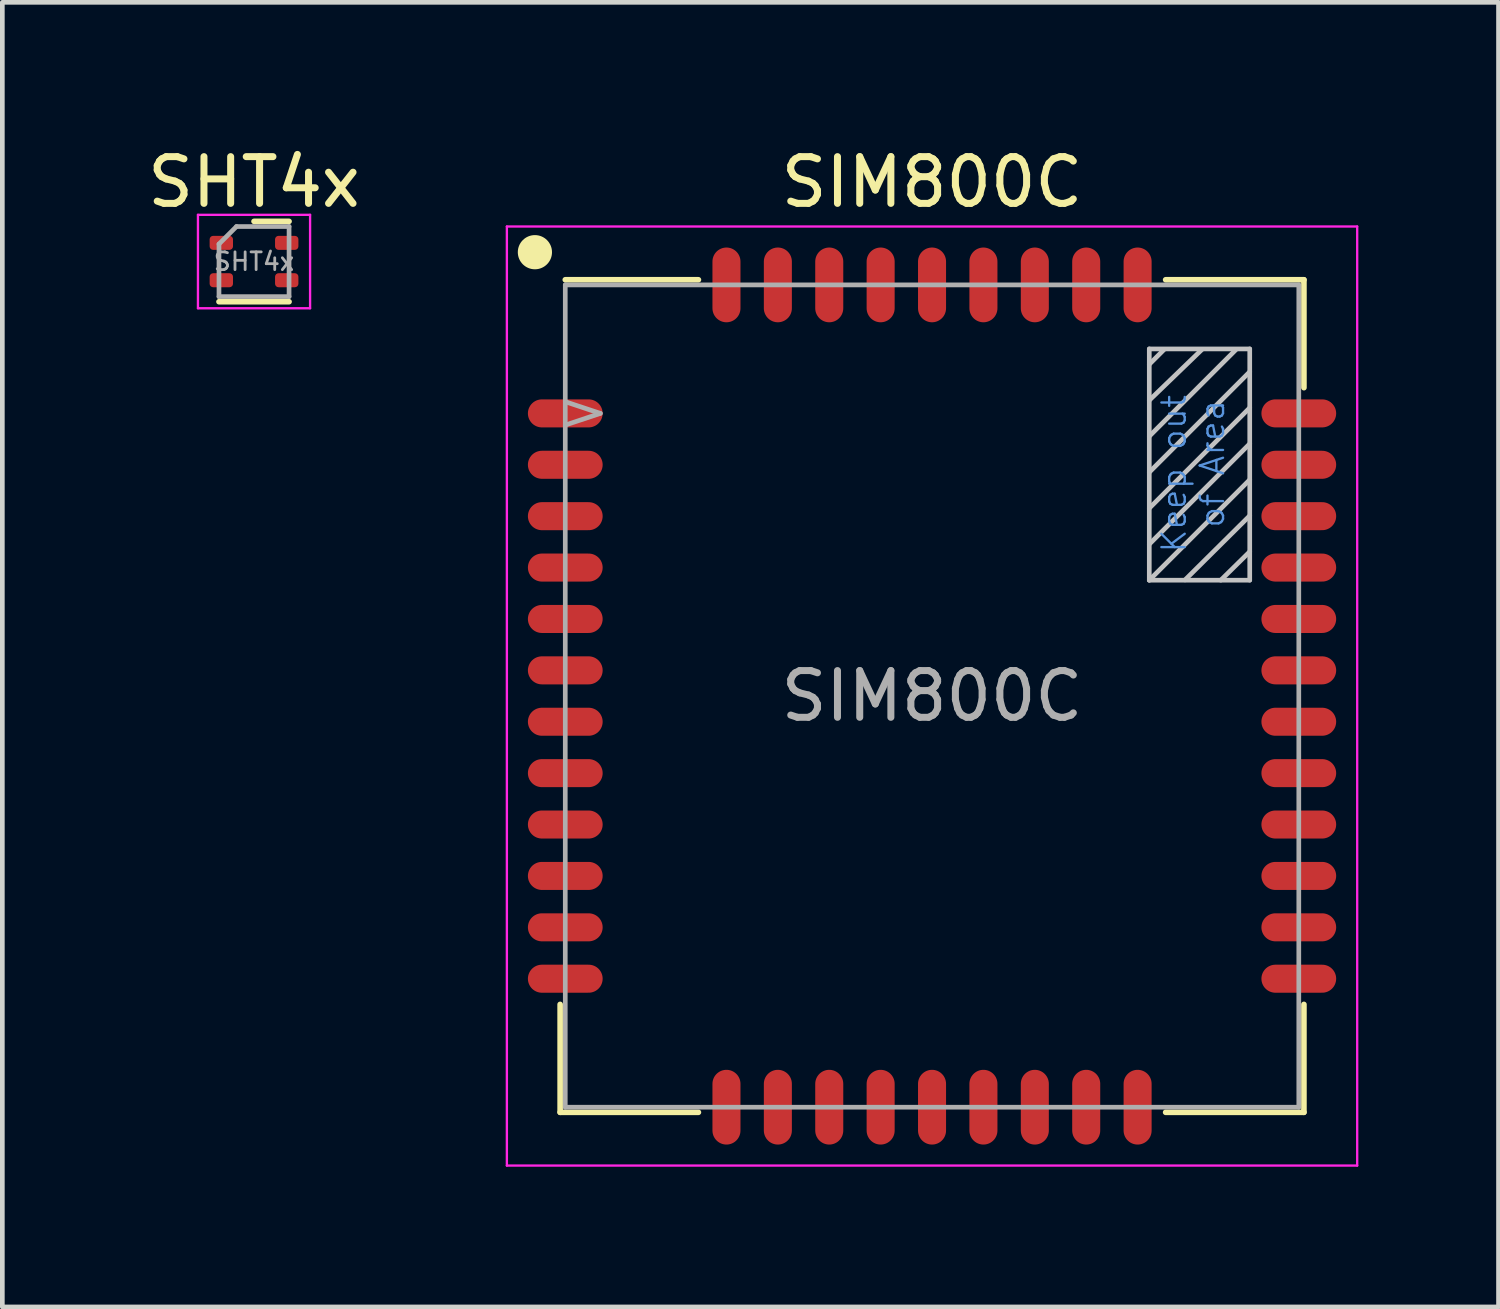
<source format=kicad_pcb>
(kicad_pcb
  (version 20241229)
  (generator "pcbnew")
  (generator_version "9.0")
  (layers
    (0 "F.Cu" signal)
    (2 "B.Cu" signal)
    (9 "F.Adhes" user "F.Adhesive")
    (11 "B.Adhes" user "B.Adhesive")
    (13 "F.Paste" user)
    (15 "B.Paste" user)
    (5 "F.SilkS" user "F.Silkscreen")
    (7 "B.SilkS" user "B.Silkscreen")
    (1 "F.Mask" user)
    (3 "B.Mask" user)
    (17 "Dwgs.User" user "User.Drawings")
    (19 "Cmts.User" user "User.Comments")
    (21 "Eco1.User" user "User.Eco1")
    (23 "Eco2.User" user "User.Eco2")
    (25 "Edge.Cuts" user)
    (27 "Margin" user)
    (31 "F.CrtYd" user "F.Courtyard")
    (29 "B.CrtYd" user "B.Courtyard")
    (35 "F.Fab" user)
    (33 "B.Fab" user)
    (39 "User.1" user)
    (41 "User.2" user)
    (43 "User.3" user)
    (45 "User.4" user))
  (footprint "SIM800C"
    (layer "F.Cu")
    (at 16.899 11.848)
    (property "Reference" "SIM800C" (at 0 -11 0) (layer "F.SilkS") (effects (font (size 1 1) (thickness 0.15))))
    (attr smd)
    (fp_line (start -7.96 8.91) (end -7.96 6.6) (stroke (width 0.12) (type solid)) (layer "F.SilkS"))
    (fp_line (start -7.96 8.91) (end -5 8.91) (stroke (width 0.12) (type solid)) (layer "F.SilkS"))
    (fp_line (start -7.85 -8.91) (end -5 -8.91) (stroke (width 0.12) (type solid)) (layer "F.SilkS"))
    (fp_line (start 7.96 -8.91) (end 5 -8.91) (stroke (width 0.12) (type solid)) (layer "F.SilkS"))
    (fp_line (start 7.96 -8.91) (end 7.96 -6.6) (stroke (width 0.12) (type solid)) (layer "F.SilkS"))
    (fp_line (start 7.96 8.91) (end 5 8.91) (stroke (width 0.12) (type solid)) (layer "F.SilkS"))
    (fp_line (start 7.96 8.91) (end 7.96 6.6) (stroke (width 0.12) (type solid)) (layer "F.SilkS"))
    (fp_circle (center -8.5 -9.5) (end -8.184 -9.5) (stroke (width 0.1) (type solid)) (fill yes) (layer "F.SilkS"))
    (fp_line (start 4.65 -7.43) (end 4.65 -2.48) (stroke (width 0.1) (type solid)) (layer "Dwgs.User"))
    (fp_line (start 4.65 -7.43) (end 6.8 -7.43) (stroke (width 0.1) (type solid)) (layer "Dwgs.User"))
    (fp_line (start 4.65 -7.1) (end 4.97 -7.42) (stroke (width 0.1) (type solid)) (layer "Dwgs.User"))
    (fp_line (start 4.65 -6.33) (end 5.78 -7.42) (stroke (width 0.1) (type solid)) (layer "Dwgs.User"))
    (fp_line (start 4.65 -5.56) (end 6.51 -7.42) (stroke (width 0.1) (type solid)) (layer "Dwgs.User"))
    (fp_line (start 4.65 -4.79) (end 6.8 -6.94) (stroke (width 0.1) (type solid)) (layer "Dwgs.User"))
    (fp_line (start 4.65 -4.02) (end 6.8 -6.17) (stroke (width 0.1) (type solid)) (layer "Dwgs.User"))
    (fp_line (start 4.65 -3.25) (end 6.8 -5.4) (stroke (width 0.1) (type solid)) (layer "Dwgs.User"))
    (fp_line (start 4.65 -2.48) (end 6.8 -4.63) (stroke (width 0.1) (type solid)) (layer "Dwgs.User"))
    (fp_line (start 4.65 -2.48) (end 6.8 -2.48) (stroke (width 0.1) (type solid)) (layer "Dwgs.User"))
    (fp_line (start 5.415 -2.486) (end 6.8 -3.86) (stroke (width 0.1) (type solid)) (layer "Dwgs.User"))
    (fp_line (start 6.18 -2.48) (end 6.8 -3.09) (stroke (width 0.1) (type solid)) (layer "Dwgs.User"))
    (fp_line (start 6.8 -7.43) (end 6.8 -2.48) (stroke (width 0.1) (type solid)) (layer "Dwgs.User"))
    (fp_line (start -9.1 -10.05) (end -9.1 10.05) (stroke (width 0.05) (type solid)) (layer "F.CrtYd"))
    (fp_line (start -9.1 -10.05) (end 9.1 -10.05) (stroke (width 0.05) (type solid)) (layer "F.CrtYd"))
    (fp_line (start -9.1 10.05) (end 9.1 10.05) (stroke (width 0.05) (type solid)) (layer "F.CrtYd"))
    (fp_line (start 9.1 -10.05) (end 9.1 10.05) (stroke (width 0.05) (type solid)) (layer "F.CrtYd"))
    (fp_line (start -7.85 -8.8) (end -7.85 8.8) (stroke (width 0.1) (type solid)) (layer "F.Fab"))
    (fp_line (start -7.85 -8.8) (end 7.85 -8.8) (stroke (width 0.1) (type solid)) (layer "F.Fab"))
    (fp_line (start -7.85 -6.3) (end -7.1 -6.05) (stroke (width 0.1) (type solid)) (layer "F.Fab"))
    (fp_line (start -7.85 -5.8) (end -7.1 -6.05) (stroke (width 0.1) (type solid)) (layer "F.Fab"))
    (fp_line (start -7.85 8.8) (end 7.85 8.8) (stroke (width 0.1) (type solid)) (layer "F.Fab"))
    (fp_line (start 7.85 -8.8) (end 7.85 8.8) (stroke (width 0.1) (type solid)) (layer "F.Fab"))
    (fp_text user "Keep out " (at 5.18 -4.95 90) (layer "Cmts.User") (effects (font (size 0.5 0.5) (thickness 0.05))))
    (fp_text user "of Area" (at 6 -4.97 90) (layer "Cmts.User") (effects (font (size 0.5 0.5) (thickness 0.05))))
    (fp_text user "${REFERENCE}" (at 0 0 0) (layer "F.Fab") (effects (font (size 1 1) (thickness 0.15))))
    (pad "" smd oval (at -7.95 -6.05) (size 1.8 0.55) (layers "F.Paste"))
    (pad "" smd oval (at -7.95 -4.95) (size 1.8 0.55) (layers "F.Paste"))
    (pad "" smd oval (at -7.95 -3.85) (size 1.8 0.55) (layers "F.Paste"))
    (pad "" smd oval (at -7.95 -2.75) (size 1.8 0.55) (layers "F.Paste"))
    (pad "" smd oval (at -7.95 -1.65) (size 1.8 0.55) (layers "F.Paste"))
    (pad "" smd oval (at -7.95 -0.55) (size 1.8 0.55) (layers "F.Paste"))
    (pad "" smd oval (at -7.95 0.55) (size 1.8 0.55) (layers "F.Paste"))
    (pad "" smd oval (at -7.95 1.65) (size 1.8 0.55) (layers "F.Paste"))
    (pad "" smd oval (at -7.95 2.75) (size 1.8 0.55) (layers "F.Paste"))
    (pad "" smd oval (at -7.95 3.85) (size 1.8 0.55) (layers "F.Paste"))
    (pad "" smd oval (at -7.95 4.95) (size 1.8 0.55) (layers "F.Paste"))
    (pad "" smd oval (at -7.95 6.05) (size 1.8 0.55) (layers "F.Paste"))
    (pad "" smd oval (at -4.4 -8.9 90) (size 1.8 0.55) (layers "F.Paste"))
    (pad "" smd oval (at -4.4 8.9 90) (size 1.8 0.55) (layers "F.Paste"))
    (pad "" smd oval (at -3.3 -8.9 90) (size 1.8 0.55) (layers "F.Paste"))
    (pad "" smd oval (at -3.3 8.9 90) (size 1.8 0.55) (layers "F.Paste"))
    (pad "" smd oval (at -2.2 -8.9 90) (size 1.8 0.55) (layers "F.Paste"))
    (pad "" smd oval (at -2.2 8.9 90) (size 1.8 0.55) (layers "F.Paste"))
    (pad "" smd oval (at -1.1 -8.9 90) (size 1.8 0.55) (layers "F.Paste"))
    (pad "" smd oval (at -1.1 8.9 90) (size 1.8 0.55) (layers "F.Paste"))
    (pad "" smd oval (at 0 -8.9 90) (size 1.8 0.55) (layers "F.Paste"))
    (pad "" smd oval (at 0 8.9 90) (size 1.8 0.55) (layers "F.Paste"))
    (pad "" smd oval (at 1.1 -8.9 90) (size 1.8 0.55) (layers "F.Paste"))
    (pad "" smd oval (at 1.1 8.9 90) (size 1.8 0.55) (layers "F.Paste"))
    (pad "" smd oval (at 2.2 -8.9 90) (size 1.8 0.55) (layers "F.Paste"))
    (pad "" smd oval (at 2.2 8.9 90) (size 1.8 0.55) (layers "F.Paste"))
    (pad "" smd oval (at 3.3 -8.9 90) (size 1.8 0.55) (layers "F.Paste"))
    (pad "" smd oval (at 3.3 8.9 90) (size 1.8 0.55) (layers "F.Paste"))
    (pad "" smd oval (at 4.4 -8.9 90) (size 1.8 0.55) (layers "F.Paste"))
    (pad "" smd oval (at 4.4 8.9 90) (size 1.8 0.55) (layers "F.Paste"))
    (pad "" smd oval (at 7.95 -6.05) (size 1.8 0.55) (layers "F.Paste"))
    (pad "" smd oval (at 7.95 -4.95) (size 1.8 0.55) (layers "F.Paste"))
    (pad "" smd oval (at 7.95 -3.85) (size 1.8 0.55) (layers "F.Paste"))
    (pad "" smd oval (at 7.95 -2.75) (size 1.8 0.55) (layers "F.Paste"))
    (pad "" smd oval (at 7.95 -1.65) (size 1.8 0.55) (layers "F.Paste"))
    (pad "" smd oval (at 7.95 -0.55) (size 1.8 0.55) (layers "F.Paste"))
    (pad "" smd oval (at 7.95 0.55) (size 1.8 0.55) (layers "F.Paste"))
    (pad "" smd oval (at 7.95 1.65) (size 1.8 0.55) (layers "F.Paste"))
    (pad "" smd oval (at 7.95 2.75) (size 1.8 0.55) (layers "F.Paste"))
    (pad "" smd oval (at 7.95 3.85) (size 1.8 0.55) (layers "F.Paste"))
    (pad "" smd oval (at 7.95 4.95) (size 1.8 0.55) (layers "F.Paste"))
    (pad "" smd oval (at 7.95 6.05) (size 1.8 0.55) (layers "F.Paste"))
    (pad "1" smd oval (at -7.85 -6.05) (size 1.6 0.6) (layers "F.Cu" "F.Mask"))
    (pad "2" smd oval (at -7.85 -4.95) (size 1.6 0.6) (layers "F.Cu" "F.Mask"))
    (pad "3" smd oval (at -7.85 -3.85) (size 1.6 0.6) (layers "F.Cu" "F.Mask"))
    (pad "4" smd oval (at -7.85 -2.75) (size 1.6 0.6) (layers "F.Cu" "F.Mask"))
    (pad "5" smd oval (at -7.85 -1.65) (size 1.6 0.6) (layers "F.Cu" "F.Mask"))
    (pad "6" smd oval (at -7.85 -0.55) (size 1.6 0.6) (layers "F.Cu" "F.Mask"))
    (pad "7" smd oval (at -7.85 0.55) (size 1.6 0.6) (layers "F.Cu" "F.Mask"))
    (pad "8" smd oval (at -7.85 1.65) (size 1.6 0.6) (layers "F.Cu" "F.Mask"))
    (pad "9" smd oval (at -7.85 2.75) (size 1.6 0.6) (layers "F.Cu" "F.Mask"))
    (pad "10" smd oval (at -7.85 3.85) (size 1.6 0.6) (layers "F.Cu" "F.Mask"))
    (pad "11" smd oval (at -7.85 4.95) (size 1.6 0.6) (layers "F.Cu" "F.Mask"))
    (pad "12" smd oval (at -7.85 6.05) (size 1.6 0.6) (layers "F.Cu" "F.Mask"))
    (pad "13" smd oval (at -4.4 8.8) (size 0.6 1.6) (layers "F.Cu" "F.Mask"))
    (pad "14" smd oval (at -3.3 8.8) (size 0.6 1.6) (layers "F.Cu" "F.Mask"))
    (pad "15" smd oval (at -2.2 8.8) (size 0.6 1.6) (layers "F.Cu" "F.Mask"))
    (pad "16" smd oval (at -1.1 8.8) (size 0.6 1.6) (layers "F.Cu" "F.Mask"))
    (pad "17" smd oval (at 0 8.8) (size 0.6 1.6) (layers "F.Cu" "F.Mask"))
    (pad "18" smd oval (at 1.1 8.8) (size 0.6 1.6) (layers "F.Cu" "F.Mask"))
    (pad "19" smd oval (at 2.2 8.8) (size 0.6 1.6) (layers "F.Cu" "F.Mask"))
    (pad "20" smd oval (at 3.3 8.8) (size 0.6 1.6) (layers "F.Cu" "F.Mask"))
    (pad "21" smd oval (at 4.4 8.8) (size 0.6 1.6) (layers "F.Cu" "F.Mask"))
    (pad "22" smd oval (at 7.85 6.05) (size 1.6 0.6) (layers "F.Cu" "F.Mask"))
    (pad "23" smd oval (at 7.85 4.95) (size 1.6 0.6) (layers "F.Cu" "F.Mask"))
    (pad "24" smd oval (at 7.85 3.85) (size 1.6 0.6) (layers "F.Cu" "F.Mask"))
    (pad "25" smd oval (at 7.85 2.75) (size 1.6 0.6) (layers "F.Cu" "F.Mask"))
    (pad "26" smd oval (at 7.85 1.65) (size 1.6 0.6) (layers "F.Cu" "F.Mask"))
    (pad "27" smd oval (at 7.85 0.55) (size 1.6 0.6) (layers "F.Cu" "F.Mask"))
    (pad "28" smd oval (at 7.85 -0.55) (size 1.6 0.6) (layers "F.Cu" "F.Mask"))
    (pad "29" smd oval (at 7.85 -1.65) (size 1.6 0.6) (layers "F.Cu" "F.Mask"))
    (pad "30" smd oval (at 7.85 -2.75) (size 1.6 0.6) (layers "F.Cu" "F.Mask"))
    (pad "31" smd oval (at 7.85 -3.85) (size 1.6 0.6) (layers "F.Cu" "F.Mask"))
    (pad "32" smd oval (at 7.85 -4.95) (size 1.6 0.6) (layers "F.Cu" "F.Mask"))
    (pad "33" smd oval (at 7.85 -6.05) (size 1.6 0.6) (layers "F.Cu" "F.Mask"))
    (pad "34" smd oval (at 4.4 -8.8) (size 0.6 1.6) (layers "F.Cu" "F.Mask"))
    (pad "35" smd oval (at 3.3 -8.8) (size 0.6 1.6) (layers "F.Cu" "F.Mask"))
    (pad "36" smd oval (at 2.2 -8.8) (size 0.6 1.6) (layers "F.Cu" "F.Mask"))
    (pad "37" smd oval (at 1.1 -8.8) (size 0.6 1.6) (layers "F.Cu" "F.Mask"))
    (pad "38" smd oval (at 0 -8.8) (size 0.6 1.6) (layers "F.Cu" "F.Mask"))
    (pad "39" smd oval (at -1.1 -8.8) (size 0.6 1.6) (layers "F.Cu" "F.Mask"))
    (pad "40" smd oval (at -2.2 -8.8) (size 0.6 1.6) (layers "F.Cu" "F.Mask"))
    (pad "41" smd oval (at -3.3 -8.8) (size 0.6 1.6) (layers "F.Cu" "F.Mask"))
    (pad "42" smd oval (at -4.4 -8.8) (size 0.6 1.6) (layers "F.Cu" "F.Mask")))
  (footprint "SHT4x"
    (layer "F.Cu")
    (at 2.387 2.548)
    (property "Reference" "SHT4x" (at 0 -1.7 0) (layer "F.SilkS") (effects (font (size 1 1) (thickness 0.15))))
    (attr smd)
    (fp_line (start -0.75 0.86) (end 0.75 0.86) (stroke (width 0.12) (type solid)) (layer "F.SilkS"))
    (fp_line (start 0 -0.86) (end 0.75 -0.86) (stroke (width 0.12) (type solid)) (layer "F.SilkS"))
    (fp_line (start -1.2 -1) (end -1.2 1) (stroke (width 0.05) (type solid)) (layer "F.CrtYd"))
    (fp_line (start -1.2 1) (end 1.2 1) (stroke (width 0.05) (type solid)) (layer "F.CrtYd"))
    (fp_line (start 1.2 -1) (end -1.2 -1) (stroke (width 0.05) (type solid)) (layer "F.CrtYd"))
    (fp_line (start 1.2 1) (end 1.2 -1) (stroke (width 0.05) (type solid)) (layer "F.CrtYd"))
    (fp_line (start -0.75 -0.375) (end -0.375 -0.75) (stroke (width 0.1) (type solid)) (layer "F.Fab"))
    (fp_line (start -0.75 0.75) (end -0.75 -0.375) (stroke (width 0.1) (type solid)) (layer "F.Fab"))
    (fp_line (start -0.375 -0.75) (end 0.75 -0.75) (stroke (width 0.1) (type solid)) (layer "F.Fab"))
    (fp_line (start 0.75 -0.75) (end 0.75 0.75) (stroke (width 0.1) (type solid)) (layer "F.Fab"))
    (fp_line (start 0.75 0.75) (end -0.75 0.75) (stroke (width 0.1) (type solid)) (layer "F.Fab"))
    (fp_text user "${REFERENCE}" (at 0 0 0) (layer "F.Fab") (effects (font (size 0.38 0.38) (thickness 0.06))))
    (pad "1" smd roundrect (at -0.7 -0.4) (size 0.5 0.3) (layers "F.Cu" "F.Mask" "F.Paste") (roundrect_rratio 0.25))
    (pad "2" smd roundrect (at -0.7 0.4) (size 0.5 0.3) (layers "F.Cu" "F.Mask" "F.Paste") (roundrect_rratio 0.25))
    (pad "3" smd roundrect (at 0.7 0.4) (size 0.5 0.3) (layers "F.Cu" "F.Mask" "F.Paste") (roundrect_rratio 0.25))
    (pad "4" smd roundrect (at 0.7 -0.4) (size 0.5 0.3) (layers "F.Cu" "F.Mask" "F.Paste") (roundrect_rratio 0.25)))
  (gr_rect
    (start -3 -3)
    (end 29.024 24.923)
    (stroke (width 0.1) (type default))
    (fill no)
    (layer "Edge.Cuts")))
</source>
